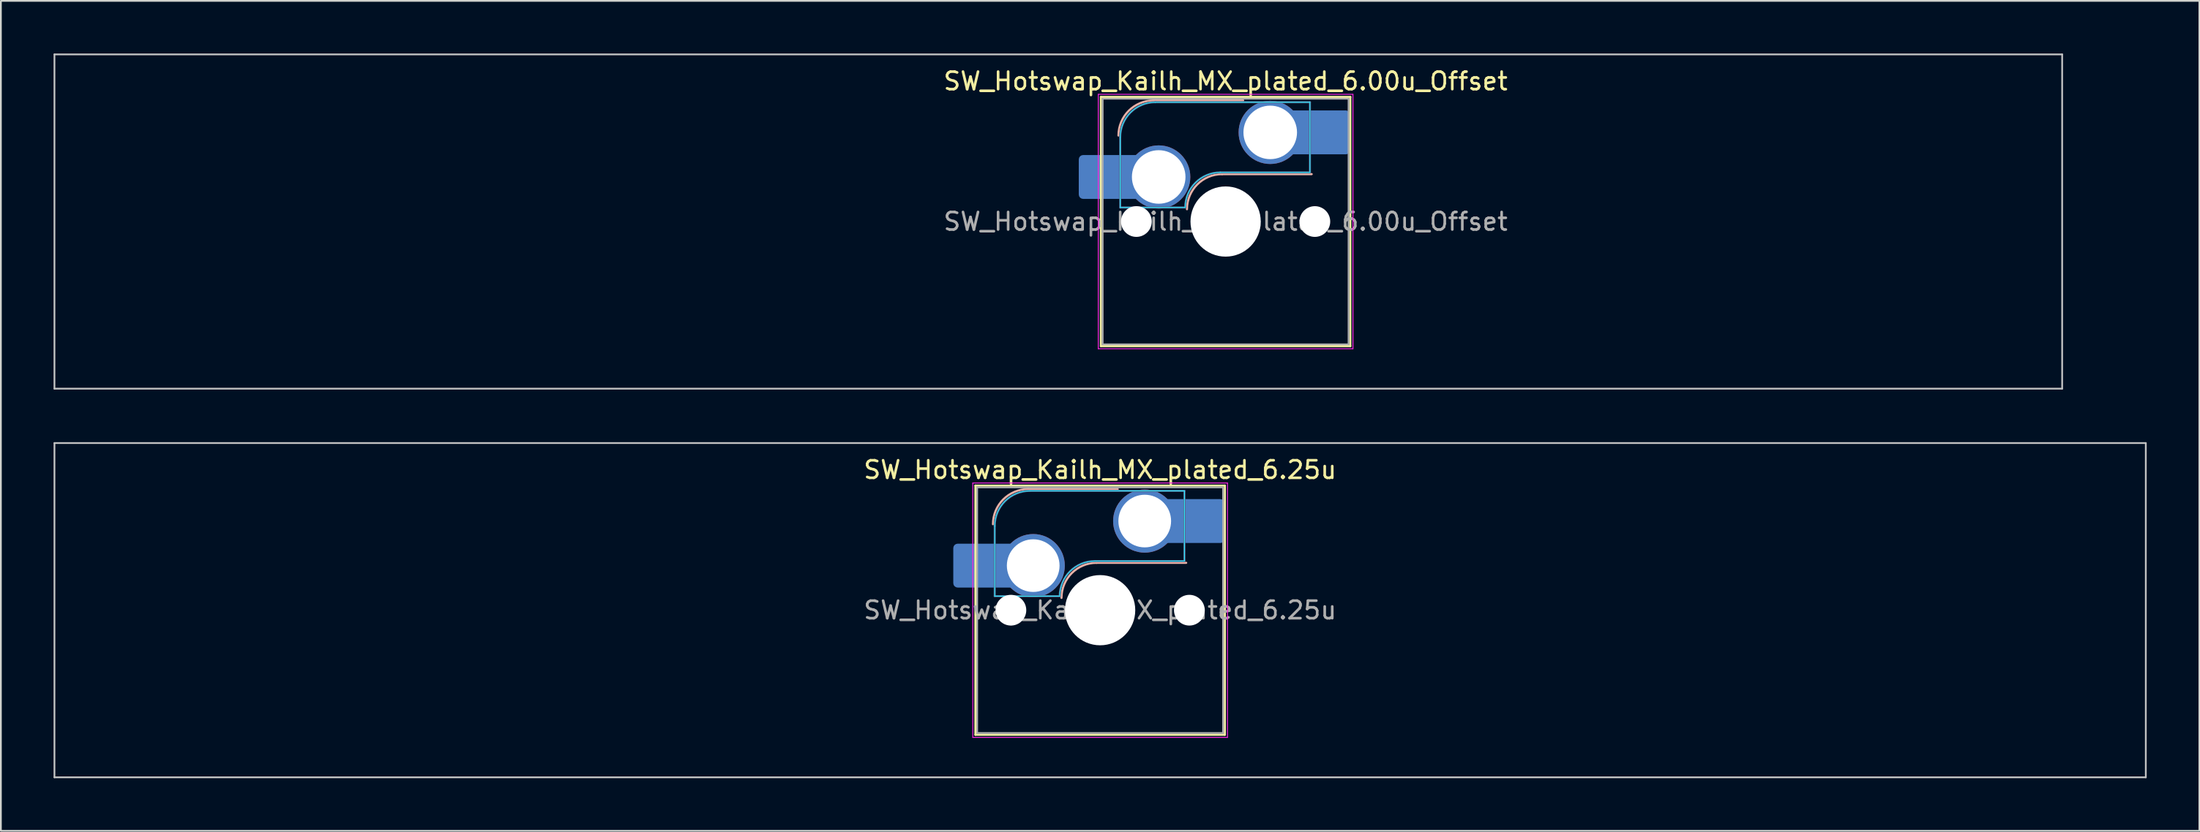
<source format=kicad_pcb>
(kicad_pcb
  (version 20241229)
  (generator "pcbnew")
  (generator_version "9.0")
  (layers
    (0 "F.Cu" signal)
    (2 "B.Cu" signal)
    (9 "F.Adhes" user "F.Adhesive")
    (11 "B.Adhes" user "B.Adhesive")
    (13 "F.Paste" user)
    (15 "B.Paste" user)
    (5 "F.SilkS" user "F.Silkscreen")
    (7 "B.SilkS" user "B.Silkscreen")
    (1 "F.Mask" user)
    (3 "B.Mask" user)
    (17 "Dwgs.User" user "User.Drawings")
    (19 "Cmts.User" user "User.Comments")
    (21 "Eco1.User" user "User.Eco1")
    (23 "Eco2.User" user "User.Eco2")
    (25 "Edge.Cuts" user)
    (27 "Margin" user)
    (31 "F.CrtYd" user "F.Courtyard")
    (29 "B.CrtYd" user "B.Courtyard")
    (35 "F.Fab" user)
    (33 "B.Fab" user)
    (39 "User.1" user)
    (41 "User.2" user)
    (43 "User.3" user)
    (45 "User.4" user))
  (footprint "SW_Hotswap_Kailh_MX_plated_6.25u"
    (layer "F.Cu")
    (at 59.581 31.725)
    (property "Reference" "SW_Hotswap_Kailh_MX_plated_6.25u" (at 0 -8 0) (layer "F.SilkS") (effects (font (size 1 1) (thickness 0.15))))
    (attr smd)
    (fp_line (start -7.1 -7.1) (end -7.1 7.1) (stroke (width 0.12) (type solid)) (layer "F.SilkS"))
    (fp_line (start -7.1 7.1) (end 7.1 7.1) (stroke (width 0.12) (type solid)) (layer "F.SilkS"))
    (fp_line (start 7.1 -7.1) (end -7.1 -7.1) (stroke (width 0.12) (type solid)) (layer "F.SilkS"))
    (fp_line (start 7.1 7.1) (end 7.1 -7.1) (stroke (width 0.12) (type solid)) (layer "F.SilkS"))
    (fp_line (start -4.1 -6.9) (end 1 -6.9) (stroke (width 0.12) (type solid)) (layer "B.SilkS"))
    (fp_line (start -0.2 -2.7) (end 4.9 -2.7) (stroke (width 0.12) (type solid)) (layer "B.SilkS"))
    (fp_arc (start -6.1 -4.9) (mid -5.514214 -6.314214) (end -4.1 -6.9) (stroke (width 0.12) (type solid)) (layer "B.SilkS"))
    (fp_arc (start -2.2 -0.7) (mid -1.614214 -2.114214) (end -0.2 -2.7) (stroke (width 0.12) (type solid)) (layer "B.SilkS"))
    (fp_line (start -59.531 -9.525) (end -59.531 9.525) (stroke (width 0.1) (type solid)) (layer "Dwgs.User"))
    (fp_line (start -59.531 9.525) (end 59.531 9.525) (stroke (width 0.1) (type solid)) (layer "Dwgs.User"))
    (fp_line (start 59.531 -9.525) (end -59.531 -9.525) (stroke (width 0.1) (type solid)) (layer "Dwgs.User"))
    (fp_line (start 59.531 9.525) (end 59.531 -9.525) (stroke (width 0.1) (type solid)) (layer "Dwgs.User"))
    (fp_line (start -7.8 -6) (end -7 -6) (stroke (width 0.1) (type solid)) (layer "Eco1.User"))
    (fp_line (start -7.8 -2.9) (end -7.8 -6) (stroke (width 0.1) (type solid)) (layer "Eco1.User"))
    (fp_line (start -7.8 2.9) (end -7 2.9) (stroke (width 0.1) (type solid)) (layer "Eco1.User"))
    (fp_line (start -7.8 6) (end -7.8 2.9) (stroke (width 0.1) (type solid)) (layer "Eco1.User"))
    (fp_line (start -7 -7) (end 7 -7) (stroke (width 0.1) (type solid)) (layer "Eco1.User"))
    (fp_line (start -7 -6) (end -7 -7) (stroke (width 0.1) (type solid)) (layer "Eco1.User"))
    (fp_line (start -7 -2.9) (end -7.8 -2.9) (stroke (width 0.1) (type solid)) (layer "Eco1.User"))
    (fp_line (start -7 2.9) (end -7 -2.9) (stroke (width 0.1) (type solid)) (layer "Eco1.User"))
    (fp_line (start -7 6) (end -7.8 6) (stroke (width 0.1) (type solid)) (layer "Eco1.User"))
    (fp_line (start -7 7) (end -7 6) (stroke (width 0.1) (type solid)) (layer "Eco1.User"))
    (fp_line (start 7 -7) (end 7 -6) (stroke (width 0.1) (type solid)) (layer "Eco1.User"))
    (fp_line (start 7 -6) (end 7.8 -6) (stroke (width 0.1) (type solid)) (layer "Eco1.User"))
    (fp_line (start 7 -2.9) (end 7 2.9) (stroke (width 0.1) (type solid)) (layer "Eco1.User"))
    (fp_line (start 7 2.9) (end 7.8 2.9) (stroke (width 0.1) (type solid)) (layer "Eco1.User"))
    (fp_line (start 7 6) (end 7 7) (stroke (width 0.1) (type solid)) (layer "Eco1.User"))
    (fp_line (start 7 7) (end -7 7) (stroke (width 0.1) (type solid)) (layer "Eco1.User"))
    (fp_line (start 7.8 -6) (end 7.8 -2.9) (stroke (width 0.1) (type solid)) (layer "Eco1.User"))
    (fp_line (start 7.8 -2.9) (end 7 -2.9) (stroke (width 0.1) (type solid)) (layer "Eco1.User"))
    (fp_line (start 7.8 2.9) (end 7.8 6) (stroke (width 0.1) (type solid)) (layer "Eco1.User"))
    (fp_line (start 7.8 6) (end 7 6) (stroke (width 0.1) (type solid)) (layer "Eco1.User"))
    (fp_line (start -6 -0.8) (end -6 -4.8) (stroke (width 0.05) (type solid)) (layer "B.CrtYd"))
    (fp_line (start -6 -0.8) (end -2.3 -0.8) (stroke (width 0.05) (type solid)) (layer "B.CrtYd"))
    (fp_line (start -4 -6.8) (end 4.8 -6.8) (stroke (width 0.05) (type solid)) (layer "B.CrtYd"))
    (fp_line (start -0.3 -2.8) (end 4.8 -2.8) (stroke (width 0.05) (type solid)) (layer "B.CrtYd"))
    (fp_line (start 4.8 -6.8) (end 4.8 -2.8) (stroke (width 0.05) (type solid)) (layer "B.CrtYd"))
    (fp_arc (start -6 -4.8) (mid -5.414214 -6.214214) (end -4 -6.8) (stroke (width 0.05) (type solid)) (layer "B.CrtYd"))
    (fp_arc (start -2.3 -0.8) (mid -1.714214 -2.214214) (end -0.3 -2.8) (stroke (width 0.05) (type solid)) (layer "B.CrtYd"))
    (fp_line (start -7.25 -7.25) (end -7.25 7.25) (stroke (width 0.05) (type solid)) (layer "F.CrtYd"))
    (fp_line (start -7.25 7.25) (end 7.25 7.25) (stroke (width 0.05) (type solid)) (layer "F.CrtYd"))
    (fp_line (start 7.25 -7.25) (end -7.25 -7.25) (stroke (width 0.05) (type solid)) (layer "F.CrtYd"))
    (fp_line (start 7.25 7.25) (end 7.25 -7.25) (stroke (width 0.05) (type solid)) (layer "F.CrtYd"))
    (fp_line (start -6 -0.8) (end -6 -4.8) (stroke (width 0.12) (type solid)) (layer "B.Fab"))
    (fp_line (start -6 -0.8) (end -2.3 -0.8) (stroke (width 0.12) (type solid)) (layer "B.Fab"))
    (fp_line (start -4 -6.8) (end 4.8 -6.8) (stroke (width 0.12) (type solid)) (layer "B.Fab"))
    (fp_line (start -0.3 -2.8) (end 4.8 -2.8) (stroke (width 0.12) (type solid)) (layer "B.Fab"))
    (fp_line (start 4.8 -6.8) (end 4.8 -2.8) (stroke (width 0.12) (type solid)) (layer "B.Fab"))
    (fp_arc (start -6 -4.8) (mid -5.414214 -6.214214) (end -4 -6.8) (stroke (width 0.12) (type solid)) (layer "B.Fab"))
    (fp_arc (start -2.3 -0.8) (mid -1.714214 -2.214214) (end -0.3 -2.8) (stroke (width 0.12) (type solid)) (layer "B.Fab"))
    (fp_line (start -7 -7) (end -7 7) (stroke (width 0.1) (type solid)) (layer "F.Fab"))
    (fp_line (start -7 7) (end 7 7) (stroke (width 0.1) (type solid)) (layer "F.Fab"))
    (fp_line (start 7 -7) (end -7 -7) (stroke (width 0.1) (type solid)) (layer "F.Fab"))
    (fp_line (start 7 7) (end 7 -7) (stroke (width 0.1) (type solid)) (layer "F.Fab"))
    (fp_text user "${REFERENCE}" (at 0 0 0) (layer "F.Fab") (effects (font (size 1 1) (thickness 0.15))))
    (pad "" smd roundrect (at -7.085 -2.54) (size 2.55 2.5) (layers "B.Mask" "B.Paste") (roundrect_rratio 0.1))
    (pad "" np_thru_hole circle (at -5.08 0) (size 1.75 1.75) (drill 1.75) (layers "*.Cu" "*.Mask"))
    (pad "" np_thru_hole circle (at 0 0) (size 4 4) (drill 4) (layers "*.Cu" "*.Mask"))
    (pad "" np_thru_hole circle (at 5.08 0) (size 1.75 1.75) (drill 1.75) (layers "*.Cu" "*.Mask"))
    (pad "" smd roundrect (at 5.842 -5.08) (size 2.55 2.5) (layers "B.Mask" "B.Paste") (roundrect_rratio 0.1))
    (pad "1" smd roundrect (at -6.585 -2.54) (size 3.55 2.5) (layers "B.Cu") (roundrect_rratio 0.1))
    (pad "1" thru_hole circle (at -3.81 -2.54) (size 3.6 3.6) (drill 3) (layers "*.Cu" "B.Mask"))
    (pad "2" thru_hole circle (at 2.54 -5.08) (size 3.6 3.6) (drill 3) (layers "*.Cu" "B.Mask"))
    (pad "2" smd roundrect (at 5.32 -5.08) (size 3.55 2.5) (layers "B.Cu") (roundrect_rratio 0.1)))
  (footprint "SW_Hotswap_Kailh_MX_plated_6.00u_Offset"
    (layer "F.Cu")
    (at 66.725 9.575)
    (property "Reference" "SW_Hotswap_Kailh_MX_plated_6.00u_Offset" (at 0 -8 0) (layer "F.SilkS") (effects (font (size 1 1) (thickness 0.15))))
    (attr smd)
    (fp_line (start -7.1 -7.1) (end -7.1 7.1) (stroke (width 0.12) (type solid)) (layer "F.SilkS"))
    (fp_line (start -7.1 7.1) (end 7.1 7.1) (stroke (width 0.12) (type solid)) (layer "F.SilkS"))
    (fp_line (start 7.1 -7.1) (end -7.1 -7.1) (stroke (width 0.12) (type solid)) (layer "F.SilkS"))
    (fp_line (start 7.1 7.1) (end 7.1 -7.1) (stroke (width 0.12) (type solid)) (layer "F.SilkS"))
    (fp_line (start -4.1 -6.9) (end 1 -6.9) (stroke (width 0.12) (type solid)) (layer "B.SilkS"))
    (fp_line (start -0.2 -2.7) (end 4.9 -2.7) (stroke (width 0.12) (type solid)) (layer "B.SilkS"))
    (fp_arc (start -6.1 -4.9) (mid -5.514214 -6.314214) (end -4.1 -6.9) (stroke (width 0.12) (type solid)) (layer "B.SilkS"))
    (fp_arc (start -2.2 -0.7) (mid -1.614214 -2.114214) (end -0.2 -2.7) (stroke (width 0.12) (type solid)) (layer "B.SilkS"))
    (fp_line (start -66.675 -9.525) (end -66.675 9.525) (stroke (width 0.1) (type solid)) (layer "Dwgs.User"))
    (fp_line (start -66.675 9.525) (end 47.625 9.525) (stroke (width 0.1) (type solid)) (layer "Dwgs.User"))
    (fp_line (start 47.625 -9.525) (end -66.675 -9.525) (stroke (width 0.1) (type solid)) (layer "Dwgs.User"))
    (fp_line (start 47.625 9.525) (end 47.625 -9.525) (stroke (width 0.1) (type solid)) (layer "Dwgs.User"))
    (fp_line (start -7.8 -6) (end -7 -6) (stroke (width 0.1) (type solid)) (layer "Eco1.User"))
    (fp_line (start -7.8 -2.9) (end -7.8 -6) (stroke (width 0.1) (type solid)) (layer "Eco1.User"))
    (fp_line (start -7.8 2.9) (end -7 2.9) (stroke (width 0.1) (type solid)) (layer "Eco1.User"))
    (fp_line (start -7.8 6) (end -7.8 2.9) (stroke (width 0.1) (type solid)) (layer "Eco1.User"))
    (fp_line (start -7 -7) (end 7 -7) (stroke (width 0.1) (type solid)) (layer "Eco1.User"))
    (fp_line (start -7 -6) (end -7 -7) (stroke (width 0.1) (type solid)) (layer "Eco1.User"))
    (fp_line (start -7 -2.9) (end -7.8 -2.9) (stroke (width 0.1) (type solid)) (layer "Eco1.User"))
    (fp_line (start -7 2.9) (end -7 -2.9) (stroke (width 0.1) (type solid)) (layer "Eco1.User"))
    (fp_line (start -7 6) (end -7.8 6) (stroke (width 0.1) (type solid)) (layer "Eco1.User"))
    (fp_line (start -7 7) (end -7 6) (stroke (width 0.1) (type solid)) (layer "Eco1.User"))
    (fp_line (start 7 -7) (end 7 -6) (stroke (width 0.1) (type solid)) (layer "Eco1.User"))
    (fp_line (start 7 -6) (end 7.8 -6) (stroke (width 0.1) (type solid)) (layer "Eco1.User"))
    (fp_line (start 7 -2.9) (end 7 2.9) (stroke (width 0.1) (type solid)) (layer "Eco1.User"))
    (fp_line (start 7 2.9) (end 7.8 2.9) (stroke (width 0.1) (type solid)) (layer "Eco1.User"))
    (fp_line (start 7 6) (end 7 7) (stroke (width 0.1) (type solid)) (layer "Eco1.User"))
    (fp_line (start 7 7) (end -7 7) (stroke (width 0.1) (type solid)) (layer "Eco1.User"))
    (fp_line (start 7.8 -6) (end 7.8 -2.9) (stroke (width 0.1) (type solid)) (layer "Eco1.User"))
    (fp_line (start 7.8 -2.9) (end 7 -2.9) (stroke (width 0.1) (type solid)) (layer "Eco1.User"))
    (fp_line (start 7.8 2.9) (end 7.8 6) (stroke (width 0.1) (type solid)) (layer "Eco1.User"))
    (fp_line (start 7.8 6) (end 7 6) (stroke (width 0.1) (type solid)) (layer "Eco1.User"))
    (fp_line (start -6 -0.8) (end -6 -4.8) (stroke (width 0.05) (type solid)) (layer "B.CrtYd"))
    (fp_line (start -6 -0.8) (end -2.3 -0.8) (stroke (width 0.05) (type solid)) (layer "B.CrtYd"))
    (fp_line (start -4 -6.8) (end 4.8 -6.8) (stroke (width 0.05) (type solid)) (layer "B.CrtYd"))
    (fp_line (start -0.3 -2.8) (end 4.8 -2.8) (stroke (width 0.05) (type solid)) (layer "B.CrtYd"))
    (fp_line (start 4.8 -6.8) (end 4.8 -2.8) (stroke (width 0.05) (type solid)) (layer "B.CrtYd"))
    (fp_arc (start -6 -4.8) (mid -5.414214 -6.214214) (end -4 -6.8) (stroke (width 0.05) (type solid)) (layer "B.CrtYd"))
    (fp_arc (start -2.3 -0.8) (mid -1.714214 -2.214214) (end -0.3 -2.8) (stroke (width 0.05) (type solid)) (layer "B.CrtYd"))
    (fp_line (start -7.25 -7.25) (end -7.25 7.25) (stroke (width 0.05) (type solid)) (layer "F.CrtYd"))
    (fp_line (start -7.25 7.25) (end 7.25 7.25) (stroke (width 0.05) (type solid)) (layer "F.CrtYd"))
    (fp_line (start 7.25 -7.25) (end -7.25 -7.25) (stroke (width 0.05) (type solid)) (layer "F.CrtYd"))
    (fp_line (start 7.25 7.25) (end 7.25 -7.25) (stroke (width 0.05) (type solid)) (layer "F.CrtYd"))
    (fp_line (start -6 -0.8) (end -6 -4.8) (stroke (width 0.12) (type solid)) (layer "B.Fab"))
    (fp_line (start -6 -0.8) (end -2.3 -0.8) (stroke (width 0.12) (type solid)) (layer "B.Fab"))
    (fp_line (start -4 -6.8) (end 4.8 -6.8) (stroke (width 0.12) (type solid)) (layer "B.Fab"))
    (fp_line (start -0.3 -2.8) (end 4.8 -2.8) (stroke (width 0.12) (type solid)) (layer "B.Fab"))
    (fp_line (start 4.8 -6.8) (end 4.8 -2.8) (stroke (width 0.12) (type solid)) (layer "B.Fab"))
    (fp_arc (start -6 -4.8) (mid -5.414214 -6.214214) (end -4 -6.8) (stroke (width 0.12) (type solid)) (layer "B.Fab"))
    (fp_arc (start -2.3 -0.8) (mid -1.714214 -2.214214) (end -0.3 -2.8) (stroke (width 0.12) (type solid)) (layer "B.Fab"))
    (fp_line (start -7 -7) (end -7 7) (stroke (width 0.1) (type solid)) (layer "F.Fab"))
    (fp_line (start -7 7) (end 7 7) (stroke (width 0.1) (type solid)) (layer "F.Fab"))
    (fp_line (start 7 -7) (end -7 -7) (stroke (width 0.1) (type solid)) (layer "F.Fab"))
    (fp_line (start 7 7) (end 7 -7) (stroke (width 0.1) (type solid)) (layer "F.Fab"))
    (fp_text user "${REFERENCE}" (at 0 0 0) (layer "F.Fab") (effects (font (size 1 1) (thickness 0.15))))
    (pad "" smd roundrect (at -7.085 -2.54) (size 2.55 2.5) (layers "B.Mask" "B.Paste") (roundrect_rratio 0.1))
    (pad "" np_thru_hole circle (at -5.08 0) (size 1.75 1.75) (drill 1.75) (layers "*.Cu" "*.Mask"))
    (pad "" np_thru_hole circle (at 0 0) (size 4 4) (drill 4) (layers "*.Cu" "*.Mask"))
    (pad "" np_thru_hole circle (at 5.08 0) (size 1.75 1.75) (drill 1.75) (layers "*.Cu" "*.Mask"))
    (pad "" smd roundrect (at 5.842 -5.08) (size 2.55 2.5) (layers "B.Mask" "B.Paste") (roundrect_rratio 0.1))
    (pad "1" smd roundrect (at -6.585 -2.54) (size 3.55 2.5) (layers "B.Cu") (roundrect_rratio 0.1))
    (pad "1" thru_hole circle (at -3.81 -2.54) (size 3.6 3.6) (drill 3.05) (layers "*.Cu" "B.Mask"))
    (pad "2" thru_hole circle (at 2.54 -5.08) (size 3.6 3.6) (drill 3.05) (layers "*.Cu" "B.Mask"))
    (pad "2" smd roundrect (at 5.32 -5.08) (size 3.55 2.5) (layers "B.Cu") (roundrect_rratio 0.1)))
  (gr_rect
    (start -3 -3)
    (end 122.162 44.3)
    (stroke (width 0.1) (type default))
    (fill no)
    (layer "Edge.Cuts")))
</source>
